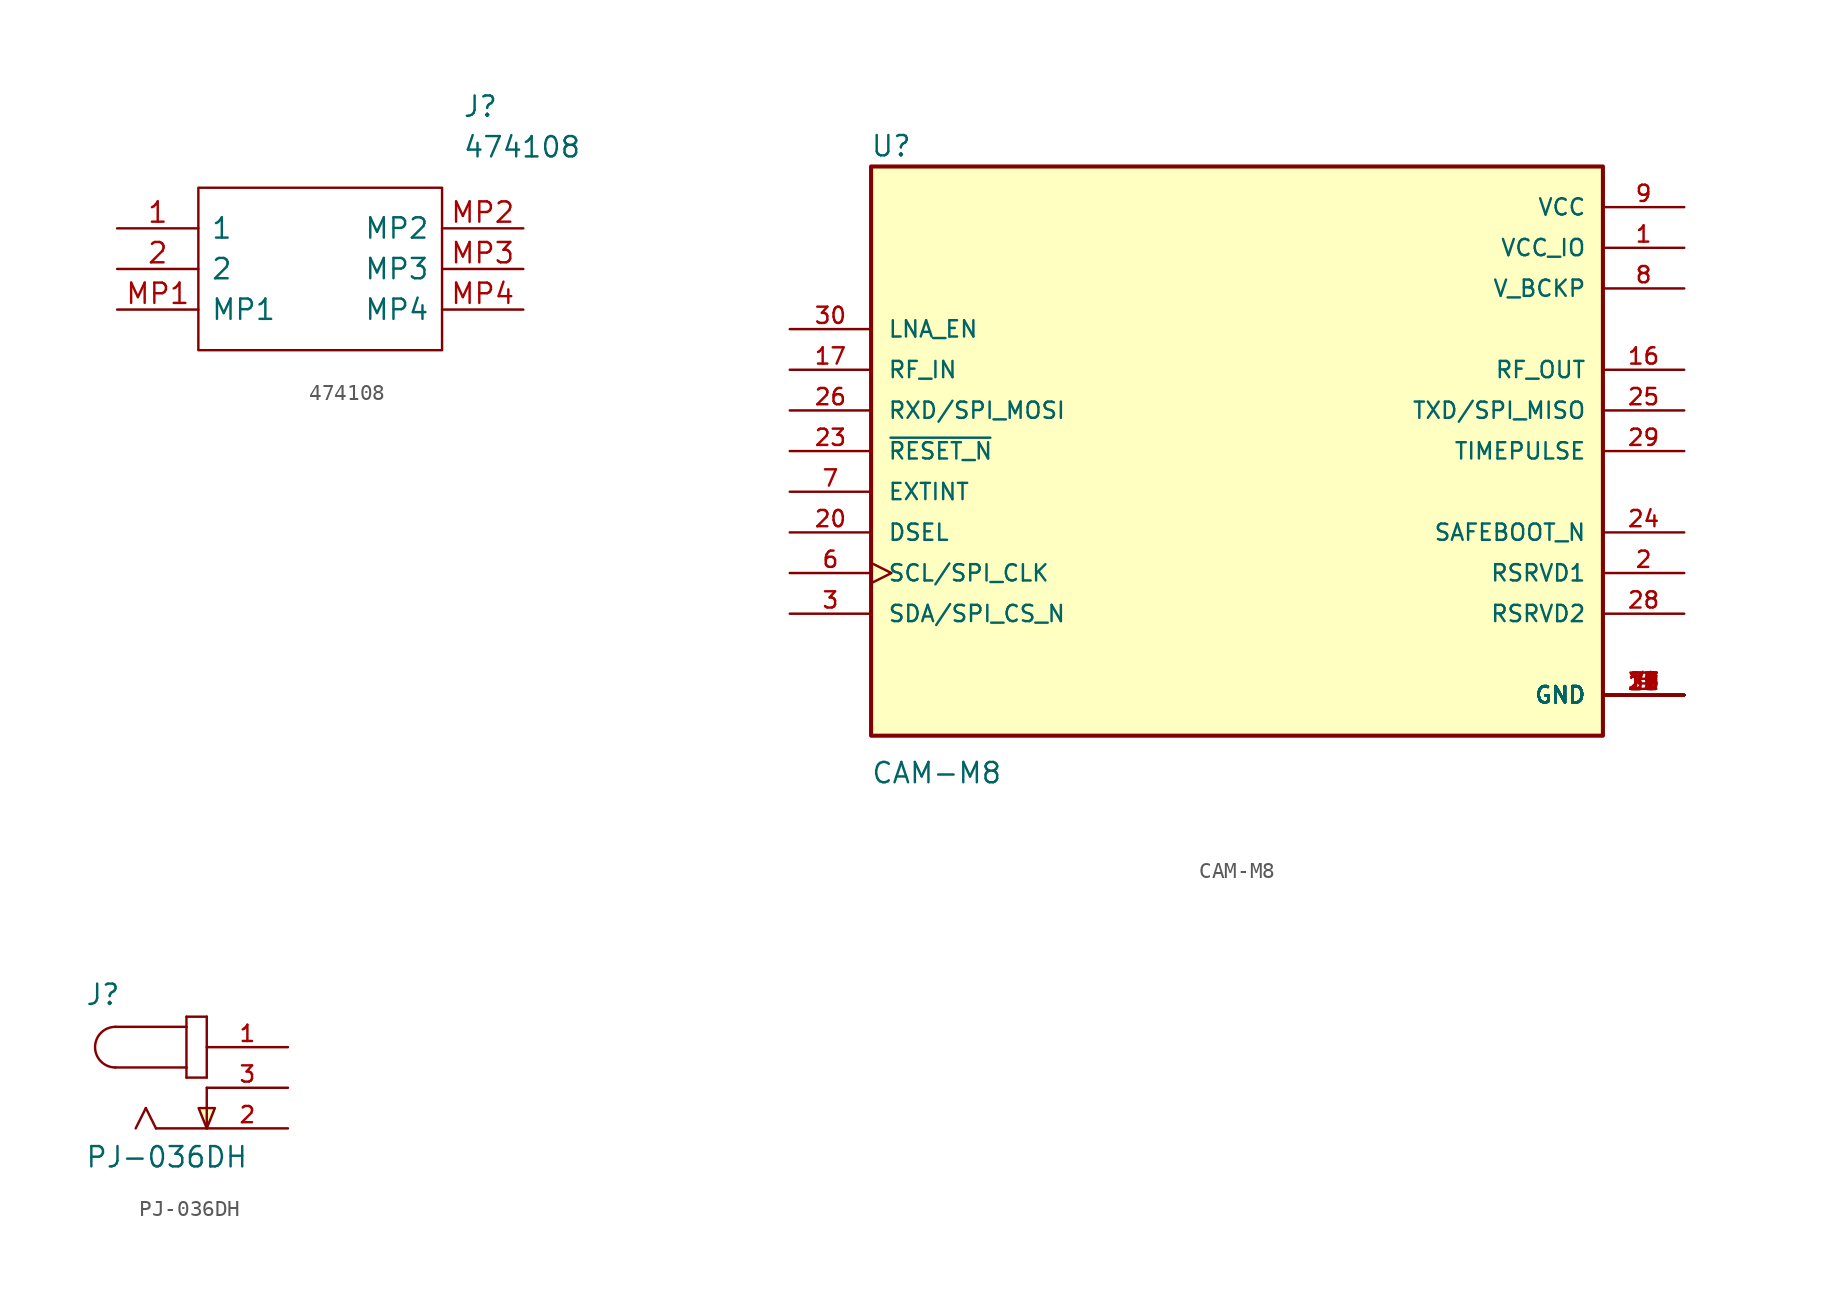
<source format=kicad_sym>
(kicad_symbol_lib
  (version 20211014)
  (generator kicad_symbol_editor)
  (symbol "474108"
    (pin_names
      (offset 0.762))
    (property "Reference" "J"
      (at 21.59 7.62 0)
      (effects (font (size 1.27 1.27)) (justify left)))
    (property "Value" "474108"
      (at 21.59 5.08 0)
      (effects (font (size 1.27 1.27)) (justify left)))
    (symbol "474108_0_0"
      (pin passive line (at 0 0 0) (length 5.08) (name "1" (effects (font (size 1.27 1.27)))) (number "1" (effects (font (size 1.27 1.27)))))
      (pin passive line (at 0 -2.54 0) (length 5.08) (name "2" (effects (font (size 1.27 1.27)))) (number "2" (effects (font (size 1.27 1.27)))))
      (pin passive line (at 0 -5.08 0) (length 5.08) (name "MP1" (effects (font (size 1.27 1.27)))) (number "MP1" (effects (font (size 1.27 1.27)))))
      (pin passive line (at 25.4 0 180) (length 5.08) (name "MP2" (effects (font (size 1.27 1.27)))) (number "MP2" (effects (font (size 1.27 1.27)))))
      (pin passive line (at 25.4 -2.54 180) (length 5.08) (name "MP3" (effects (font (size 1.27 1.27)))) (number "MP3" (effects (font (size 1.27 1.27)))))
      (pin passive line (at 25.4 -5.08 180) (length 5.08) (name "MP4" (effects (font (size 1.27 1.27)))) (number "MP4" (effects (font (size 1.27 1.27))))))
    (symbol "474108_0_1"
      (polyline (pts (xy 5.08 2.54) (xy 20.32 2.54) (xy 20.32 -7.62) (xy 5.08 -7.62) (xy 5.08 2.54)) (stroke (width 0.152) (type default) (color 0 0 0 0)) (fill (type none)))))
  (symbol "CAM-M8"
    (pin_names
      (offset 1.016))
    (property "Reference" "U"
      (at -22.911 18.313 0)
      (effects (font (size 1.27 1.27)) (justify left bottom)))
    (property "Value" "CAM-M8"
      (at -22.885 -20.853 0)
      (effects (font (size 1.27 1.27)) (justify left bottom)))
    (symbol "CAM-M8_0_0"
      (rectangle (start -22.86 17.78) (end 22.86 -17.78) (stroke (width 0.254) (type default) (color 0 0 0 0)) (fill (type background)))
      (pin power_in line (at 27.94 12.7 180) (length 5.08) (name "VCC_IO" (effects (font (size 1.016 1.016)))) (number "1" (effects (font (size 1.016 1.016)))))
      (pin power_in line (at 27.94 -15.24 180) (length 5.08) (name "GND" (effects (font (size 1.016 1.016)))) (number "10" (effects (font (size 1.016 1.016)))))
      (pin power_in line (at 27.94 -15.24 180) (length 5.08) (name "GND" (effects (font (size 1.016 1.016)))) (number "11" (effects (font (size 1.016 1.016)))))
      (pin power_in line (at 27.94 -15.24 180) (length 5.08) (name "GND" (effects (font (size 1.016 1.016)))) (number "12" (effects (font (size 1.016 1.016)))))
      (pin power_in line (at 27.94 -15.24 180) (length 5.08) (name "GND" (effects (font (size 1.016 1.016)))) (number "13" (effects (font (size 1.016 1.016)))))
      (pin power_in line (at 27.94 -15.24 180) (length 5.08) (name "GND" (effects (font (size 1.016 1.016)))) (number "14" (effects (font (size 1.016 1.016)))))
      (pin power_in line (at 27.94 -15.24 180) (length 5.08) (name "GND" (effects (font (size 1.016 1.016)))) (number "15" (effects (font (size 1.016 1.016)))))
      (pin output line (at 27.94 5.08 180) (length 5.08) (name "RF_OUT" (effects (font (size 1.016 1.016)))) (number "16" (effects (font (size 1.016 1.016)))))
      (pin input line (at -27.94 5.08 0) (length 5.08) (name "RF_IN" (effects (font (size 1.016 1.016)))) (number "17" (effects (font (size 1.016 1.016)))))
      (pin power_in line (at 27.94 -15.24 180) (length 5.08) (name "GND" (effects (font (size 1.016 1.016)))) (number "18" (effects (font (size 1.016 1.016)))))
      (pin power_in line (at 27.94 -15.24 180) (length 5.08) (name "GND" (effects (font (size 1.016 1.016)))) (number "19" (effects (font (size 1.016 1.016)))))
      (pin passive line (at 27.94 -7.62 180) (length 5.08) (name "RSRVD1" (effects (font (size 1.016 1.016)))) (number "2" (effects (font (size 1.016 1.016)))))
      (pin input line (at -27.94 -5.08 0) (length 5.08) (name "DSEL" (effects (font (size 1.016 1.016)))) (number "20" (effects (font (size 1.016 1.016)))))
      (pin power_in line (at 27.94 -15.24 180) (length 5.08) (name "GND" (effects (font (size 1.016 1.016)))) (number "21" (effects (font (size 1.016 1.016)))))
      (pin power_in line (at 27.94 -15.24 180) (length 5.08) (name "GND" (effects (font (size 1.016 1.016)))) (number "22" (effects (font (size 1.016 1.016)))))
      (pin input line (at -27.94 0 0) (length 5.08) (name "~{RESET_N}" (effects (font (size 1.016 1.016)))) (number "23" (effects (font (size 1.016 1.016)))))
      (pin passive line (at 27.94 -5.08 180) (length 5.08) (name "SAFEBOOT_N" (effects (font (size 1.016 1.016)))) (number "24" (effects (font (size 1.016 1.016)))))
      (pin output line (at 27.94 2.54 180) (length 5.08) (name "TXD/SPI_MISO" (effects (font (size 1.016 1.016)))) (number "25" (effects (font (size 1.016 1.016)))))
      (pin input line (at -27.94 2.54 0) (length 5.08) (name "RXD/SPI_MOSI" (effects (font (size 1.016 1.016)))) (number "26" (effects (font (size 1.016 1.016)))))
      (pin power_in line (at 27.94 -15.24 180) (length 5.08) (name "GND" (effects (font (size 1.016 1.016)))) (number "27" (effects (font (size 1.016 1.016)))))
      (pin passive line (at 27.94 -10.16 180) (length 5.08) (name "RSRVD2" (effects (font (size 1.016 1.016)))) (number "28" (effects (font (size 1.016 1.016)))))
      (pin output line (at 27.94 0 180) (length 5.08) (name "TIMEPULSE" (effects (font (size 1.016 1.016)))) (number "29" (effects (font (size 1.016 1.016)))))
      (pin bidirectional line (at -27.94 -10.16 0) (length 5.08) (name "SDA/SPI_CS_N" (effects (font (size 1.016 1.016)))) (number "3" (effects (font (size 1.016 1.016)))))
      (pin input line (at -27.94 7.62 0) (length 5.08) (name "LNA_EN" (effects (font (size 1.016 1.016)))) (number "30" (effects (font (size 1.016 1.016)))))
      (pin power_in line (at 27.94 -15.24 180) (length 5.08) (name "GND" (effects (font (size 1.016 1.016)))) (number "31" (effects (font (size 1.016 1.016)))))
      (pin power_in line (at 27.94 -15.24 180) (length 5.08) (name "GND" (effects (font (size 1.016 1.016)))) (number "4" (effects (font (size 1.016 1.016)))))
      (pin power_in line (at 27.94 -15.24 180) (length 5.08) (name "GND" (effects (font (size 1.016 1.016)))) (number "5" (effects (font (size 1.016 1.016)))))
      (pin input clock (at -27.94 -7.62 0) (length 5.08) (name "SCL/SPI_CLK" (effects (font (size 1.016 1.016)))) (number "6" (effects (font (size 1.016 1.016)))))
      (pin input line (at -27.94 -2.54 0) (length 5.08) (name "EXTINT" (effects (font (size 1.016 1.016)))) (number "7" (effects (font (size 1.016 1.016)))))
      (pin power_in line (at 27.94 10.16 180) (length 5.08) (name "V_BCKP" (effects (font (size 1.016 1.016)))) (number "8" (effects (font (size 1.016 1.016)))))
      (pin power_in line (at 27.94 15.24 180) (length 5.08) (name "VCC" (effects (font (size 1.016 1.016)))) (number "9" (effects (font (size 1.016 1.016)))))))
  (symbol "PJ-036DH"
    (pin_names
      (offset 1.016) hide)
    (property "Reference" "J"
      (at -7.62 5.08 0)
      (effects (font (size 1.27 1.27)) (justify left bottom)))
    (property "Value" "PJ-036DH"
      (at -7.62 -5.08 0)
      (effects (font (size 1.27 1.27)) (justify left bottom)))
    (symbol "PJ-036DH_0_0"
      (arc (start -5.715 3.81) (mid -6.985 2.54) (end -5.715 1.27) (stroke (width 0.1524) (type default) (color 0 0 0 0)) (fill (type none)))
      (polyline (pts (xy -5.715 3.81) (xy -1.27 3.81)) (stroke (width 0.152) (type default) (color 0 0 0 0)) (fill (type none)))
      (polyline (pts (xy -3.81 -1.27) (xy -4.445 -2.54)) (stroke (width 0.152) (type default) (color 0 0 0 0)) (fill (type none)))
      (polyline (pts (xy -3.175 -2.54) (xy -3.81 -1.27)) (stroke (width 0.152) (type default) (color 0 0 0 0)) (fill (type none)))
      (polyline (pts (xy -1.27 0.635) (xy 0 0.635)) (stroke (width 0.152) (type default) (color 0 0 0 0)) (fill (type none)))
      (polyline (pts (xy -1.27 1.27) (xy -5.715 1.27)) (stroke (width 0.152) (type default) (color 0 0 0 0)) (fill (type none)))
      (polyline (pts (xy -1.27 1.27) (xy -1.27 0.635)) (stroke (width 0.152) (type default) (color 0 0 0 0)) (fill (type none)))
      (polyline (pts (xy -1.27 3.81) (xy -1.27 1.27)) (stroke (width 0.152) (type default) (color 0 0 0 0)) (fill (type none)))
      (polyline (pts (xy -1.27 4.445) (xy -1.27 3.81)) (stroke (width 0.152) (type default) (color 0 0 0 0)) (fill (type none)))
      (polyline (pts (xy 0 -2.54) (xy -3.175 -2.54)) (stroke (width 0.152) (type default) (color 0 0 0 0)) (fill (type none)))
      (polyline (pts (xy 0 0) (xy 0 -2.54)) (stroke (width 0.152) (type default) (color 0 0 0 0)) (fill (type none)))
      (polyline (pts (xy 0 0.635) (xy 0 4.445)) (stroke (width 0.152) (type default) (color 0 0 0 0)) (fill (type none)))
      (polyline (pts (xy 0 4.445) (xy -1.27 4.445)) (stroke (width 0.152) (type default) (color 0 0 0 0)) (fill (type none)))
      (polyline (pts (xy 0 -2.54) (xy -0.508 -1.27) (xy 0.508 -1.27) (xy 0 -2.54)) (stroke (width 0.152) (type default) (color 0 0 0 0)) (fill (type background)))
      (pin passive line (at 5.08 2.54 180) (length 5.08) (name "~" (effects (font (size 1.016 1.016)))) (number "1" (effects (font (size 1.016 1.016)))))
      (pin passive line (at 5.08 -2.54 180) (length 5.08) (name "~" (effects (font (size 1.016 1.016)))) (number "2" (effects (font (size 1.016 1.016)))))
      (pin passive line (at 5.08 0 180) (length 5.08) (name "~" (effects (font (size 1.016 1.016)))) (number "3" (effects (font (size 1.016 1.016))))))))
</source>
